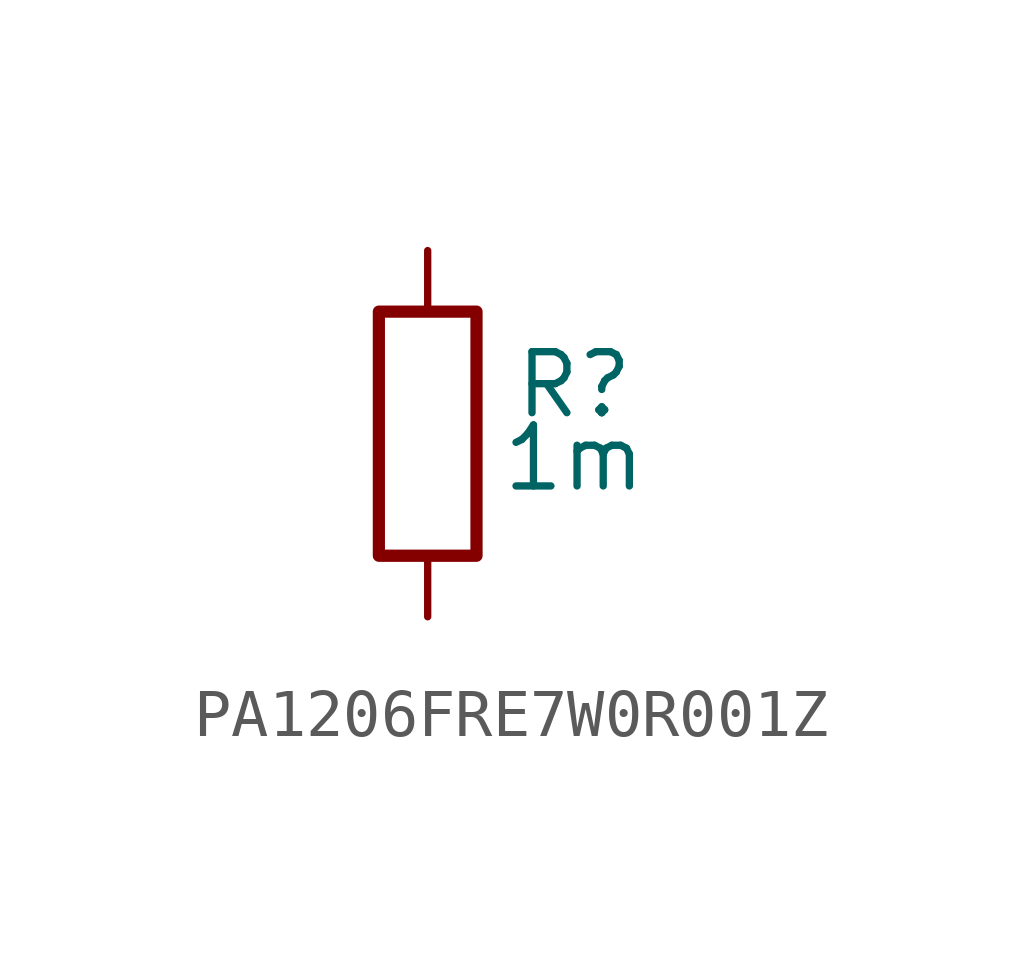
<source format=kicad_sym>
(kicad_symbol_lib
  (version 20241209)
  (generator "kicad_symbol_editor")
  (generator_version "9.0")
  (symbol "PA1206FRE7W0R001Z"
    (property "Reference" "R"
      (at 3.048 1.016 0)
      (effects (font (size 1.27 1.27))))
    (property "Value" "1m"
      (at 3.048 -0.508 0)
      (effects (font (size 1.27 1.27))))
    (symbol "PA1206FRE7W0R001Z_0_1"
      (rectangle (start -1.016 -2.54) (end 1.016 2.54) (stroke (width 0.254) (type default)) (fill (type none))))
    (symbol "PA1206FRE7W0R001Z_1_1"
      (pin passive line (at 0 3.81 270) (length 1.27) (name "~" (effects (font (size 1.27 1.27)))) (number "1" (effects (font (size 0 0)))))
      (pin passive line (at 0 -3.81 90) (length 1.27) (name "~" (effects (font (size 1.27 1.27)))) (number "2" (effects (font (size 0 0))))))))
</source>
